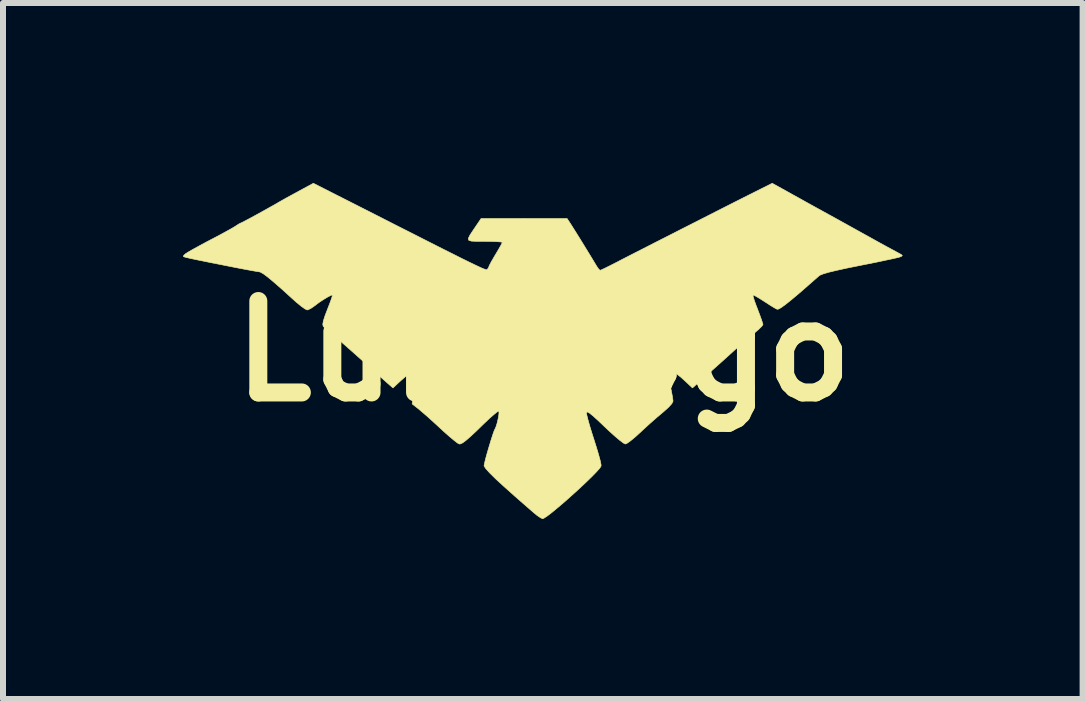
<source format=kicad_pcb>
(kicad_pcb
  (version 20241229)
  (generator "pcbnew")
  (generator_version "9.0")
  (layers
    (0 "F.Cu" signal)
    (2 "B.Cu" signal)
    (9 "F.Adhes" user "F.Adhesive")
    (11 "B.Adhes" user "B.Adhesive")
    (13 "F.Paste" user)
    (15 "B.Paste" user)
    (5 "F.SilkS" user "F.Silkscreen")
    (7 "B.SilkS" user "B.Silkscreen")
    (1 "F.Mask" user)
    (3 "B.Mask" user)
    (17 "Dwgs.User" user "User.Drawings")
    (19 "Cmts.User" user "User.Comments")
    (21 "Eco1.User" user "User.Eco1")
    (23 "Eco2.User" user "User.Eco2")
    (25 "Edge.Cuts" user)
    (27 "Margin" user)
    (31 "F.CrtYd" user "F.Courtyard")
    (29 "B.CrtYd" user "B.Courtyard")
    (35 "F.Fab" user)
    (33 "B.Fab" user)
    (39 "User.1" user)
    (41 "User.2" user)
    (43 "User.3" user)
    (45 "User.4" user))
  (footprint "LuP_logo"
    (layer "F.Cu")
    (at 6.009 2.802)
    (property "Reference" "LuP_logo" (at 0 0 0) (layer "F.SilkS") (effects (font (size 1.524 1.524) (thickness 0.3))))
    (attr through_hole)
    (fp_poly (pts (xy -2.775 -2.259) (xy -2.446 -2.091) (xy -2.159 -1.946) (xy -1.911 -1.82) (xy -1.7 -1.713) (xy -1.522 -1.624) (xy -1.375 -1.55) (xy -1.255 -1.491) (xy -1.16 -1.445) (xy -1.086 -1.41) (xy -1.032 -1.385) (xy -0.993 -1.369) (xy -0.967 -1.36) (xy -0.951 -1.357) (xy -0.941 -1.358) (xy -0.94 -1.359) (xy -0.915 -1.391) (xy -0.914 -1.398) (xy -0.902 -1.428) (xy -0.869 -1.491) (xy -0.821 -1.574) (xy -0.8 -1.609) (xy -0.749 -1.695) (xy -0.709 -1.765) (xy -0.688 -1.807) (xy -0.686 -1.813) (xy -0.71 -1.819) (xy -0.774 -1.824) (xy -0.869 -1.828) (xy -0.981 -1.829) (xy -1.114 -1.829) (xy -1.201 -1.833) (xy -1.246 -1.847) (xy -1.253 -1.878) (xy -1.227 -1.932) (xy -1.172 -2.015) (xy -1.143 -2.058) (xy -1.04 -2.21) (xy 0.394 -2.209) (xy 0.456 -2.114) (xy 0.492 -2.057) (xy 0.548 -1.968) (xy 0.617 -1.857) (xy 0.692 -1.735) (xy 0.767 -1.613) (xy 0.834 -1.502) (xy 0.886 -1.416) (xy 0.919 -1.368) (xy 0.943 -1.346) (xy 0.944 -1.346) (xy 0.972 -1.357) (xy 1.035 -1.387) (xy 1.125 -1.432) (xy 1.223 -1.482) (xy 1.331 -1.538) (xy 1.477 -1.613) (xy 1.654 -1.703) (xy 1.855 -1.806) (xy 2.072 -1.916) (xy 2.299 -2.032) (xy 2.528 -2.148) (xy 2.752 -2.262) (xy 2.964 -2.37) (xy 3.157 -2.468) (xy 3.324 -2.552) (xy 3.449 -2.615) (xy 3.812 -2.797) (xy 3.97 -2.71) (xy 4.071 -2.654) (xy 4.173 -2.597) (xy 4.242 -2.559) (xy 4.303 -2.525) (xy 4.398 -2.472) (xy 4.517 -2.406) (xy 4.65 -2.333) (xy 4.737 -2.285) (xy 4.899 -2.196) (xy 5.079 -2.096) (xy 5.259 -1.996) (xy 5.42 -1.907) (xy 5.461 -1.884) (xy 5.589 -1.813) (xy 5.709 -1.747) (xy 5.811 -1.692) (xy 5.883 -1.653) (xy 5.903 -1.642) (xy 5.962 -1.61) (xy 5.981 -1.592) (xy 5.964 -1.578) (xy 5.942 -1.569) (xy 5.901 -1.558) (xy 5.818 -1.539) (xy 5.7 -1.514) (xy 5.555 -1.483) (xy 5.39 -1.45) (xy 5.264 -1.425) (xy 5.051 -1.382) (xy 4.884 -1.345) (xy 4.758 -1.315) (xy 4.669 -1.289) (xy 4.613 -1.267) (xy 4.59 -1.252) (xy 4.401 -1.086) (xy 4.247 -0.952) (xy 4.124 -0.849) (xy 4.03 -0.774) (xy 3.962 -0.725) (xy 3.917 -0.7) (xy 3.894 -0.697) (xy 3.854 -0.718) (xy 3.786 -0.759) (xy 3.701 -0.814) (xy 3.678 -0.829) (xy 3.596 -0.881) (xy 3.532 -0.918) (xy 3.495 -0.935) (xy 3.491 -0.934) (xy 3.495 -0.907) (xy 3.514 -0.844) (xy 3.546 -0.756) (xy 3.569 -0.697) (xy 3.607 -0.596) (xy 3.637 -0.512) (xy 3.655 -0.456) (xy 3.658 -0.442) (xy 3.639 -0.414) (xy 3.59 -0.365) (xy 3.52 -0.305) (xy 3.512 -0.298) (xy 3.424 -0.227) (xy 3.34 -0.156) (xy 3.281 -0.104) (xy 3.235 -0.062) (xy 3.159 0.007) (xy 3.061 0.096) (xy 2.949 0.197) (xy 2.84 0.294) (xy 2.483 0.614) (xy 2.378 0.515) (xy 2.293 0.438) (xy 2.209 0.371) (xy 2.138 0.319) (xy 2.087 0.29) (xy 2.067 0.287) (xy 2.066 0.316) (xy 2.075 0.383) (xy 2.092 0.477) (xy 2.106 0.543) (xy 2.129 0.653) (xy 2.147 0.748) (xy 2.157 0.815) (xy 2.159 0.835) (xy 2.139 0.876) (xy 2.083 0.938) (xy 1.999 1.013) (xy 1.988 1.022) (xy 1.892 1.103) (xy 1.778 1.203) (xy 1.665 1.306) (xy 1.613 1.355) (xy 1.526 1.434) (xy 1.449 1.497) (xy 1.391 1.538) (xy 1.364 1.549) (xy 1.331 1.532) (xy 1.27 1.486) (xy 1.186 1.415) (xy 1.089 1.327) (xy 1.022 1.264) (xy 0.907 1.154) (xy 0.822 1.078) (xy 0.765 1.032) (xy 0.731 1.015) (xy 0.717 1.021) (xy 0.716 1.023) (xy 0.721 1.062) (xy 0.74 1.139) (xy 0.77 1.246) (xy 0.809 1.374) (xy 0.838 1.464) (xy 0.881 1.601) (xy 0.918 1.724) (xy 0.945 1.824) (xy 0.959 1.892) (xy 0.96 1.915) (xy 0.939 1.95) (xy 0.885 2.011) (xy 0.805 2.093) (xy 0.706 2.189) (xy 0.593 2.295) (xy 0.474 2.403) (xy 0.355 2.509) (xy 0.241 2.606) (xy 0.141 2.689) (xy 0.06 2.751) (xy 0.004 2.787) (xy -0.015 2.794) (xy -0.05 2.778) (xy -0.11 2.737) (xy -0.181 2.678) (xy -0.183 2.676) (xy -0.268 2.602) (xy -0.371 2.512) (xy -0.474 2.422) (xy -0.495 2.403) (xy -0.662 2.254) (xy -0.797 2.13) (xy -0.898 2.03) (xy -0.963 1.958) (xy -0.99 1.915) (xy -0.991 1.91) (xy -0.983 1.87) (xy -0.965 1.794) (xy -0.938 1.696) (xy -0.906 1.588) (xy -0.874 1.482) (xy -0.845 1.392) (xy -0.823 1.329) (xy -0.813 1.308) (xy -0.793 1.265) (xy -0.772 1.197) (xy -0.754 1.119) (xy -0.743 1.05) (xy -0.742 1.006) (xy -0.744 1) (xy -0.768 1.01) (xy -0.819 1.051) (xy -0.893 1.115) (xy -0.98 1.197) (xy -0.997 1.213) (xy -1.124 1.337) (xy -1.222 1.428) (xy -1.294 1.49) (xy -1.346 1.529) (xy -1.384 1.547) (xy -1.402 1.549) (xy -1.433 1.533) (xy -1.492 1.487) (xy -1.573 1.419) (xy -1.668 1.335) (xy -1.703 1.302) (xy -1.81 1.204) (xy -1.913 1.11) (xy -2.004 1.031) (xy -2.07 0.975) (xy -2.079 0.967) (xy -2.189 0.881) (xy -2.172 0.744) (xy -2.155 0.643) (xy -2.13 0.524) (xy -2.108 0.437) (xy -2.086 0.351) (xy -2.072 0.287) (xy -2.07 0.258) (xy -2.07 0.258) (xy -2.094 0.267) (xy -2.146 0.303) (xy -2.217 0.358) (xy -2.298 0.423) (xy -2.379 0.493) (xy -2.417 0.528) (xy -2.509 0.614) (xy -2.62 0.517) (xy -2.682 0.462) (xy -2.727 0.421) (xy -2.743 0.406) (xy -2.765 0.385) (xy -2.819 0.337) (xy -2.899 0.266) (xy -2.997 0.178) (xy -3.098 0.088) (xy -3.215 -0.016) (xy -3.325 -0.113) (xy -3.42 -0.198) (xy -3.491 -0.261) (xy -3.526 -0.292) (xy -3.586 -0.343) (xy -3.636 -0.381) (xy -3.647 -0.389) (xy -3.671 -0.411) (xy -3.679 -0.446) (xy -3.669 -0.504) (xy -3.641 -0.591) (xy -3.595 -0.711) (xy -3.558 -0.807) (xy -3.531 -0.882) (xy -3.518 -0.927) (xy -3.517 -0.935) (xy -3.543 -0.929) (xy -3.598 -0.901) (xy -3.669 -0.858) (xy -3.743 -0.809) (xy -3.808 -0.76) (xy -3.808 -0.759) (xy -3.872 -0.715) (xy -3.925 -0.688) (xy -3.939 -0.686) (xy -3.974 -0.702) (xy -4.036 -0.746) (xy -4.116 -0.811) (xy -4.182 -0.87) (xy -4.35 -1.023) (xy -4.486 -1.142) (xy -4.59 -1.229) (xy -4.666 -1.286) (xy -4.716 -1.315) (xy -4.736 -1.321) (xy -4.771 -1.326) (xy -4.846 -1.339) (xy -4.955 -1.359) (xy -5.087 -1.384) (xy -5.235 -1.413) (xy -5.39 -1.444) (xy -5.543 -1.474) (xy -5.685 -1.503) (xy -5.809 -1.528) (xy -5.905 -1.549) (xy -5.965 -1.563) (xy -5.976 -1.566) (xy -6.004 -1.578) (xy -5.994 -1.598) (xy -5.964 -1.624) (xy -5.921 -1.651) (xy -5.843 -1.696) (xy -5.739 -1.753) (xy -5.617 -1.819) (xy -5.55 -1.854) (xy -5.422 -1.921) (xy -5.306 -1.984) (xy -5.21 -2.037) (xy -5.145 -2.075) (xy -5.127 -2.087) (xy -5.077 -2.119) (xy -5.048 -2.134) (xy -5.047 -2.134) (xy -5.022 -2.145) (xy -4.963 -2.176) (xy -4.878 -2.221) (xy -4.779 -2.275) (xy -4.674 -2.333) (xy -4.574 -2.389) (xy -4.488 -2.437) (xy -4.426 -2.473) (xy -4.42 -2.477) (xy -4.372 -2.504) (xy -4.292 -2.549) (xy -4.19 -2.605) (xy -4.096 -2.656) (xy -3.836 -2.797) (xy -2.775 -2.259)) (stroke (width 0.01) (type solid)) (fill yes) (layer "F.SilkS")))
  (gr_rect
    (start -3 -3)
    (end 14.995 8.601)
    (stroke (width 0.1) (type default))
    (fill no)
    (layer "Edge.Cuts")))
</source>
